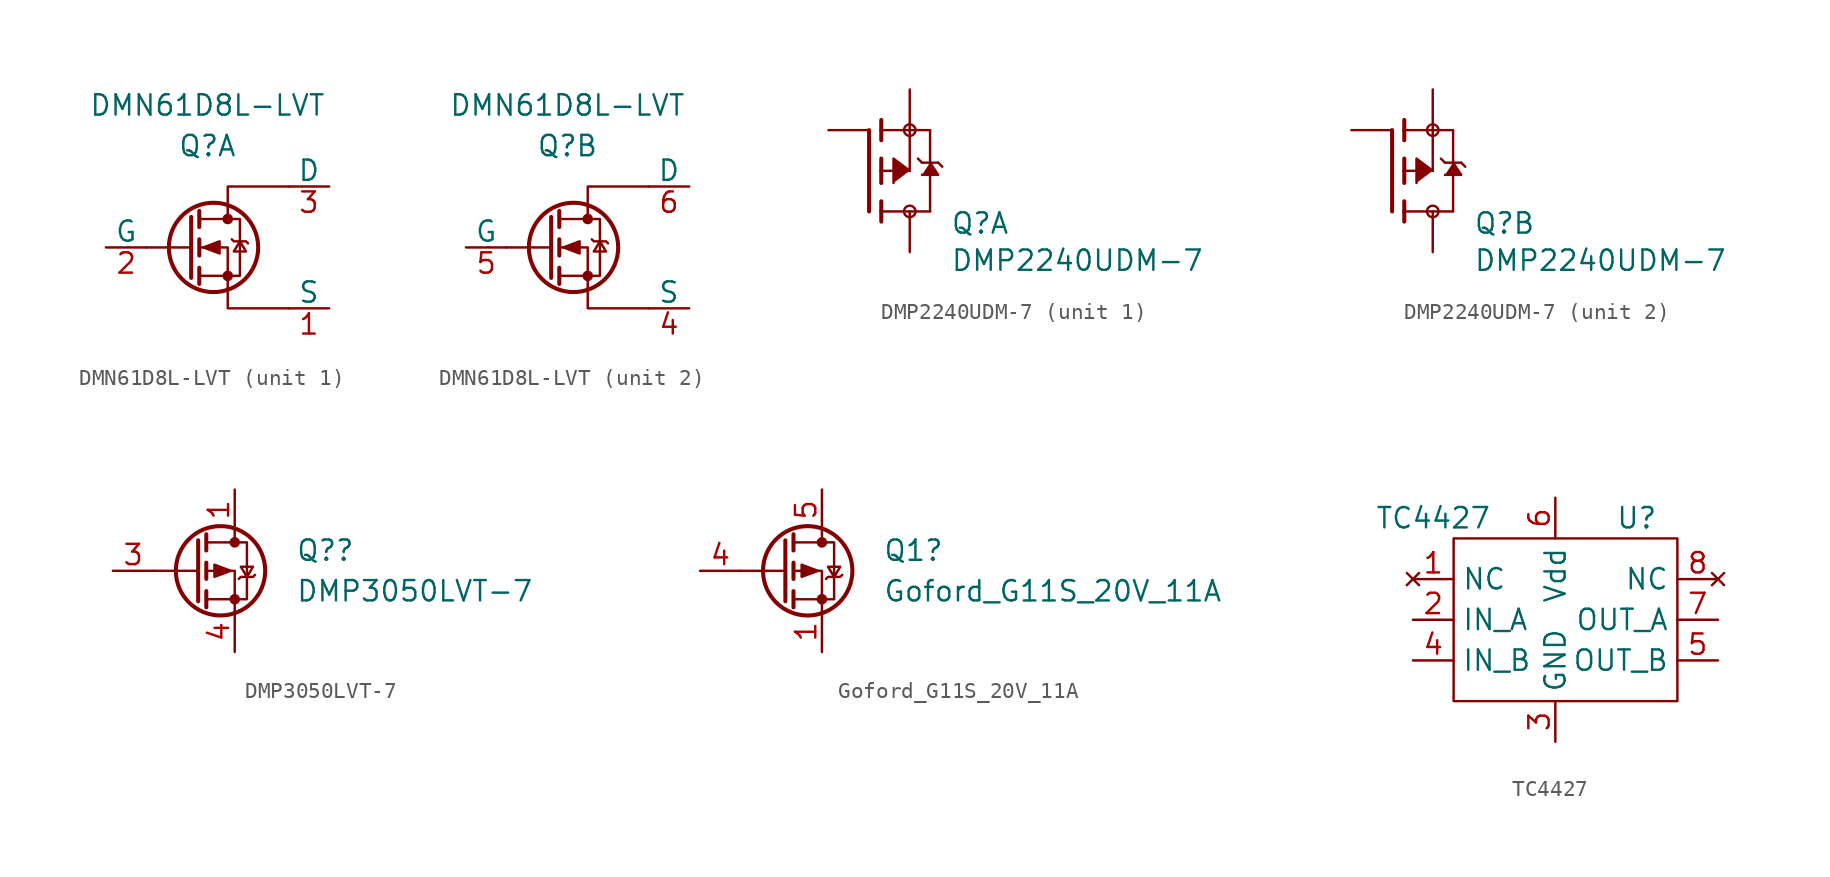
<source format=kicad_sym>
(kicad_symbol_lib
  (version 20231120)
  (generator "kicad_symbol_editor")
  (generator_version "8.0")
  (symbol "DMN61D8L-LVT"
    (pin_names
      (offset 0))
    (property "Reference" "Q"
      (at 0 -1.27 0)
      (effects (font (size 1.27 1.27))))
    (property "Value" "DMN61D8L-LVT"
      (at 0 1.27 0)
      (effects (font (size 1.27 1.27))))
    (symbol "DMN61D8L-LVT_0_1"
      (polyline (pts (xy -1.016 -7.62) (xy -3.81 -7.62)) (stroke (width 0) (type default)) (fill (type none)))
      (polyline (pts (xy -1.016 -5.715) (xy -1.016 -9.525)) (stroke (width 0.254) (type default)) (fill (type none)))
      (polyline (pts (xy -0.508 -8.89) (xy -0.508 -9.906)) (stroke (width 0.254) (type default)) (fill (type none)))
      (polyline (pts (xy -0.508 -7.112) (xy -0.508 -8.128)) (stroke (width 0.254) (type default)) (fill (type none)))
      (polyline (pts (xy -0.508 -5.334) (xy -0.508 -6.35)) (stroke (width 0.254) (type default)) (fill (type none)))
      (polyline (pts (xy 1.27 -5.08) (xy 1.27 -5.842)) (stroke (width 0) (type default)) (fill (type none)))
      (polyline (pts (xy 1.27 -10.16) (xy 1.27 -11.43) (xy 5.08 -11.43)) (stroke (width 0) (type default)) (fill (type none)))
      (polyline (pts (xy 1.27 -10.16) (xy 1.27 -7.62) (xy -0.508 -7.62)) (stroke (width 0) (type default)) (fill (type none)))
      (polyline (pts (xy 1.27 -5.08) (xy 1.27 -3.81) (xy 5.08 -3.81)) (stroke (width 0) (type default)) (fill (type none)))
      (polyline (pts (xy -0.508 -9.398) (xy 2.032 -9.398) (xy 2.032 -5.842) (xy -0.508 -5.842)) (stroke (width 0) (type default)) (fill (type none)))
      (polyline (pts (xy -0.254 -7.62) (xy 0.762 -7.239) (xy 0.762 -8.001) (xy -0.254 -7.62)) (stroke (width 0) (type default)) (fill (type outline)))
      (polyline (pts (xy 1.524 -7.112) (xy 1.651 -7.239) (xy 2.413 -7.239) (xy 2.54 -7.366)) (stroke (width 0) (type default)) (fill (type none)))
      (polyline (pts (xy 2.032 -7.239) (xy 1.651 -7.874) (xy 2.413 -7.874) (xy 2.032 -7.239)) (stroke (width 0) (type default)) (fill (type none)))
      (circle (center 0.381 -7.62) (radius 2.794) (stroke (width 0.254) (type default)) (fill (type none)))
      (circle (center 1.27 -9.398) (radius 0.254) (stroke (width 0) (type default)) (fill (type outline)))
      (circle (center 1.27 -5.842) (radius 0.254) (stroke (width 0) (type default)) (fill (type outline))))
    (symbol "DMN61D8L-LVT_1_1"
      (pin passive line (at 7.62 -11.43 180) (length 2.54) (name "S" (effects (font (size 1.27 1.27)))) (number "1" (effects (font (size 1.27 1.27)))))
      (pin input line (at -6.35 -7.62 0) (length 2.54) (name "G" (effects (font (size 1.27 1.27)))) (number "2" (effects (font (size 1.27 1.27)))))
      (pin passive line (at 7.62 -3.81 180) (length 2.54) (name "D" (effects (font (size 1.27 1.27)))) (number "3" (effects (font (size 1.27 1.27))))))
    (symbol "DMN61D8L-LVT_2_1"
      (pin passive line (at 7.62 -11.43 180) (length 2.54) (name "S" (effects (font (size 1.27 1.27)))) (number "4" (effects (font (size 1.27 1.27)))))
      (pin input line (at -6.35 -7.62 0) (length 2.54) (name "G" (effects (font (size 1.27 1.27)))) (number "5" (effects (font (size 1.27 1.27)))))
      (pin passive line (at 7.62 -3.81 180) (length 2.54) (name "D" (effects (font (size 1.27 1.27)))) (number "6" (effects (font (size 1.27 1.27)))))))
  (symbol "DMP2240UDM-7"
    (property "Reference" "Q"
      (at 5.08 -2.54 0)
      (effects (font (size 1.27 1.27)) (justify left top)))
    (property "Value" "DMP2240UDM-7"
      (at 5.08 -6.35 0)
      (effects (font (size 1.27 1.27)) (justify left bottom)))
    (property "ki_locked" ""
      (at 0 0 0)
      (effects (font (size 1.27 1.27))))
    (symbol "DMP2240UDM-7_1_0"
      (polyline (pts (xy 0 -2.54) (xy 0 2.54)) (stroke (width 0.254) (type default)) (fill (type none)))
      (polyline (pts (xy 0.762 -3.175) (xy 0.762 -2.54)) (stroke (width 0.254) (type default)) (fill (type none)))
      (polyline (pts (xy 0.762 -2.54) (xy 0.762 -1.905)) (stroke (width 0.254) (type default)) (fill (type none)))
      (polyline (pts (xy 0.762 -2.54) (xy 3.81 -2.54)) (stroke (width 0.152) (type default)) (fill (type none)))
      (polyline (pts (xy 0.762 -0.762) (xy 0.762 0)) (stroke (width 0.254) (type default)) (fill (type none)))
      (polyline (pts (xy 0.762 0) (xy 0.762 0.762)) (stroke (width 0.254) (type default)) (fill (type none)))
      (polyline (pts (xy 0.762 0) (xy 2.54 0)) (stroke (width 0.152) (type default)) (fill (type none)))
      (polyline (pts (xy 0.762 1.905) (xy 0.762 2.54)) (stroke (width 0.254) (type default)) (fill (type none)))
      (polyline (pts (xy 0.762 2.54) (xy 0.762 3.175)) (stroke (width 0.254) (type default)) (fill (type none)))
      (polyline (pts (xy 2.54 0) (xy 2.54 2.54)) (stroke (width 0.152) (type default)) (fill (type none)))
      (polyline (pts (xy 2.54 2.54) (xy 0.762 2.54)) (stroke (width 0.152) (type default)) (fill (type none)))
      (polyline (pts (xy 2.54 2.54) (xy 3.81 2.54)) (stroke (width 0.152) (type default)) (fill (type none)))
      (polyline (pts (xy 3.048 0.762) (xy 3.302 0.508)) (stroke (width 0.152) (type default)) (fill (type none)))
      (polyline (pts (xy 3.302 0.508) (xy 3.81 0.508)) (stroke (width 0.152) (type default)) (fill (type none)))
      (polyline (pts (xy 3.81 -2.54) (xy 3.81 0.508)) (stroke (width 0.152) (type default)) (fill (type none)))
      (polyline (pts (xy 3.81 0.508) (xy 3.81 2.54)) (stroke (width 0.152) (type default)) (fill (type none)))
      (polyline (pts (xy 3.81 0.508) (xy 4.318 0.508)) (stroke (width 0.152) (type default)) (fill (type none)))
      (polyline (pts (xy 4.318 0.508) (xy 4.572 0.254)) (stroke (width 0.152) (type default)) (fill (type none)))
      (polyline (pts (xy 2.54 0) (xy 1.524 0.762) (xy 1.524 -0.762)) (stroke (width 0) (type default)) (fill (type outline)))
      (polyline (pts (xy 3.81 0.508) (xy 4.318 -0.254) (xy 3.302 -0.254)) (stroke (width 0) (type default)) (fill (type outline)))
      (circle (center 2.54 -2.54) (radius 0.359) (stroke (width 0) (type default)) (fill (type none)))
      (circle (center 2.54 2.54) (radius 0.359) (stroke (width 0) (type default)) (fill (type none)))
      (pin passive line (at -2.54 2.54 0) (length 2.54) (name "G" (effects (font (size 0 0)))) (number "1" (effects (font (size 0 0)))))
      (pin passive line (at 2.54 5.08 270) (length 2.54) (name "S" (effects (font (size 0 0)))) (number "5" (effects (font (size 0 0)))))
      (pin passive line (at 2.54 -5.08 90) (length 2.54) (name "D" (effects (font (size 0 0)))) (number "6" (effects (font (size 0 0))))))
    (symbol "DMP2240UDM-7_2_0"
      (polyline (pts (xy 0 -2.54) (xy 0 2.54)) (stroke (width 0.254) (type default)) (fill (type none)))
      (polyline (pts (xy 0.762 -3.175) (xy 0.762 -2.54)) (stroke (width 0.254) (type default)) (fill (type none)))
      (polyline (pts (xy 0.762 -2.54) (xy 0.762 -1.905)) (stroke (width 0.254) (type default)) (fill (type none)))
      (polyline (pts (xy 0.762 -2.54) (xy 3.81 -2.54)) (stroke (width 0.152) (type default)) (fill (type none)))
      (polyline (pts (xy 0.762 -0.762) (xy 0.762 0)) (stroke (width 0.254) (type default)) (fill (type none)))
      (polyline (pts (xy 0.762 0) (xy 0.762 0.762)) (stroke (width 0.254) (type default)) (fill (type none)))
      (polyline (pts (xy 0.762 0) (xy 2.54 0)) (stroke (width 0.152) (type default)) (fill (type none)))
      (polyline (pts (xy 0.762 1.905) (xy 0.762 2.54)) (stroke (width 0.254) (type default)) (fill (type none)))
      (polyline (pts (xy 0.762 2.54) (xy 0.762 3.175)) (stroke (width 0.254) (type default)) (fill (type none)))
      (polyline (pts (xy 2.54 0) (xy 2.54 2.54)) (stroke (width 0.152) (type default)) (fill (type none)))
      (polyline (pts (xy 2.54 2.54) (xy 0.762 2.54)) (stroke (width 0.152) (type default)) (fill (type none)))
      (polyline (pts (xy 2.54 2.54) (xy 3.81 2.54)) (stroke (width 0.152) (type default)) (fill (type none)))
      (polyline (pts (xy 3.048 0.762) (xy 3.302 0.508)) (stroke (width 0.152) (type default)) (fill (type none)))
      (polyline (pts (xy 3.302 0.508) (xy 3.81 0.508)) (stroke (width 0.152) (type default)) (fill (type none)))
      (polyline (pts (xy 3.81 -2.54) (xy 3.81 0.508)) (stroke (width 0.152) (type default)) (fill (type none)))
      (polyline (pts (xy 3.81 0.508) (xy 3.81 2.54)) (stroke (width 0.152) (type default)) (fill (type none)))
      (polyline (pts (xy 3.81 0.508) (xy 4.318 0.508)) (stroke (width 0.152) (type default)) (fill (type none)))
      (polyline (pts (xy 4.318 0.508) (xy 4.572 0.254)) (stroke (width 0.152) (type default)) (fill (type none)))
      (polyline (pts (xy 2.54 0) (xy 1.524 0.762) (xy 1.524 -0.762)) (stroke (width 0) (type default)) (fill (type outline)))
      (polyline (pts (xy 3.81 0.508) (xy 4.318 -0.254) (xy 3.302 -0.254)) (stroke (width 0) (type default)) (fill (type outline)))
      (circle (center 2.54 -2.54) (radius 0.359) (stroke (width 0) (type default)) (fill (type none)))
      (circle (center 2.54 2.54) (radius 0.359) (stroke (width 0) (type default)) (fill (type none)))
      (pin passive line (at 2.54 5.08 270) (length 2.54) (name "S" (effects (font (size 0 0)))) (number "2" (effects (font (size 0 0)))))
      (pin passive line (at -2.54 2.54 0) (length 2.54) (name "G" (effects (font (size 0 0)))) (number "3" (effects (font (size 0 0)))))
      (pin passive line (at 2.54 -5.08 90) (length 2.54) (name "D" (effects (font (size 0 0)))) (number "4" (effects (font (size 0 0)))))))
  (symbol "DMP3050LVT-7"
    (pin_names hide)
    (property "Reference" "Q?"
      (at 6.35 1.27 0)
      (effects (font (size 1.27 1.27)) (justify left)))
    (property "Value" "DMP3050LVT-7"
      (at 6.35 -1.27 0)
      (effects (font (size 1.27 1.27)) (justify left)))
    (symbol "DMP3050LVT-7_0_1"
      (polyline (pts (xy 0.254 0) (xy -2.54 0)) (stroke (width 0) (type default)) (fill (type none)))
      (polyline (pts (xy 0.254 1.905) (xy 0.254 -1.905)) (stroke (width 0.254) (type default)) (fill (type none)))
      (polyline (pts (xy 0.762 -1.27) (xy 0.762 -2.286)) (stroke (width 0.254) (type default)) (fill (type none)))
      (polyline (pts (xy 0.762 0.508) (xy 0.762 -0.508)) (stroke (width 0.254) (type default)) (fill (type none)))
      (polyline (pts (xy 0.762 2.286) (xy 0.762 1.27)) (stroke (width 0.254) (type default)) (fill (type none)))
      (polyline (pts (xy 2.54 2.54) (xy 2.54 1.778)) (stroke (width 0) (type default)) (fill (type none)))
      (polyline (pts (xy 2.54 -2.54) (xy 2.54 0) (xy 0.762 0)) (stroke (width 0) (type default)) (fill (type none)))
      (polyline (pts (xy 0.762 1.778) (xy 3.302 1.778) (xy 3.302 -1.778) (xy 0.762 -1.778)) (stroke (width 0) (type default)) (fill (type none)))
      (polyline (pts (xy 2.286 0) (xy 1.27 0.381) (xy 1.27 -0.381) (xy 2.286 0)) (stroke (width 0) (type default)) (fill (type outline)))
      (polyline (pts (xy 2.794 -0.508) (xy 2.921 -0.381) (xy 3.683 -0.381) (xy 3.81 -0.254)) (stroke (width 0) (type default)) (fill (type none)))
      (polyline (pts (xy 3.302 -0.381) (xy 2.921 0.254) (xy 3.683 0.254) (xy 3.302 -0.381)) (stroke (width 0) (type default)) (fill (type none)))
      (circle (center 1.651 0) (radius 2.794) (stroke (width 0.254) (type default)) (fill (type none)))
      (circle (center 2.54 -1.778) (radius 0.254) (stroke (width 0) (type default)) (fill (type outline)))
      (circle (center 2.54 1.778) (radius 0.254) (stroke (width 0) (type default)) (fill (type outline))))
    (symbol "DMP3050LVT-7_1_1"
      (pin passive line (at 2.54 5.08 270) (length 2.54) (name "D" (effects (font (size 1.27 1.27)))) (number "1" (effects (font (size 1.27 1.27)))))
      (pin passive line (at 2.54 5.08 270) (length 2.54) hide (name "D" (effects (font (size 1.27 1.27)))) (number "2" (effects (font (size 1.27 1.27)))))
      (pin passive line (at -5.08 0 0) (length 2.54) (name "G" (effects (font (size 1.27 1.27)))) (number "3" (effects (font (size 1.27 1.27)))))
      (pin passive line (at 2.54 -5.08 90) (length 2.54) (name "S" (effects (font (size 1.27 1.27)))) (number "4" (effects (font (size 1.27 1.27)))))
      (pin passive line (at 2.54 5.08 270) (length 2.54) hide (name "D" (effects (font (size 1.27 1.27)))) (number "5" (effects (font (size 1.27 1.27)))))
      (pin passive line (at 2.54 5.08 270) (length 2.54) hide (name "D" (effects (font (size 1.27 1.27)))) (number "6" (effects (font (size 1.27 1.27)))))))
  (symbol "Goford_G11S_20V_11A"
    (pin_names
      (offset 0) hide)
    (property "Reference" "Q1"
      (at 6.35 1.27 0)
      (effects (font (size 1.27 1.27)) (justify left)))
    (property "Value" "Goford_G11S_20V_11A"
      (at 6.35 -1.27 0)
      (effects (font (size 1.27 1.27)) (justify left)))
    (symbol "Goford_G11S_20V_11A_0_1"
      (polyline (pts (xy 0.254 0) (xy -2.54 0)) (stroke (width 0) (type default)) (fill (type none)))
      (polyline (pts (xy 0.254 1.905) (xy 0.254 -1.905)) (stroke (width 0.254) (type default)) (fill (type none)))
      (polyline (pts (xy 0.762 -1.27) (xy 0.762 -2.286)) (stroke (width 0.254) (type default)) (fill (type none)))
      (polyline (pts (xy 0.762 0.508) (xy 0.762 -0.508)) (stroke (width 0.254) (type default)) (fill (type none)))
      (polyline (pts (xy 0.762 2.286) (xy 0.762 1.27)) (stroke (width 0.254) (type default)) (fill (type none)))
      (polyline (pts (xy 2.54 2.54) (xy 2.54 1.778)) (stroke (width 0) (type default)) (fill (type none)))
      (polyline (pts (xy 2.54 -2.54) (xy 2.54 0) (xy 0.762 0)) (stroke (width 0) (type default)) (fill (type none)))
      (polyline (pts (xy 0.762 1.778) (xy 3.302 1.778) (xy 3.302 -1.778) (xy 0.762 -1.778)) (stroke (width 0) (type default)) (fill (type none)))
      (polyline (pts (xy 2.286 0) (xy 1.27 0.381) (xy 1.27 -0.381) (xy 2.286 0)) (stroke (width 0) (type default)) (fill (type outline)))
      (polyline (pts (xy 2.794 -0.508) (xy 2.921 -0.381) (xy 3.683 -0.381) (xy 3.81 -0.254)) (stroke (width 0) (type default)) (fill (type none)))
      (polyline (pts (xy 3.302 -0.381) (xy 2.921 0.254) (xy 3.683 0.254) (xy 3.302 -0.381)) (stroke (width 0) (type default)) (fill (type none)))
      (circle (center 1.651 0) (radius 2.794) (stroke (width 0.254) (type default)) (fill (type none)))
      (circle (center 2.54 -1.778) (radius 0.254) (stroke (width 0) (type default)) (fill (type outline)))
      (circle (center 2.54 1.778) (radius 0.254) (stroke (width 0) (type default)) (fill (type outline))))
    (symbol "Goford_G11S_20V_11A_1_1"
      (pin passive line (at 2.54 -5.08 90) (length 2.54) (name "S" (effects (font (size 1.27 1.27)))) (number "1" (effects (font (size 1.27 1.27)))))
      (pin input line (at -5.08 0 0) (length 2.54) (name "G" (effects (font (size 1.27 1.27)))) (number "4" (effects (font (size 1.27 1.27)))))
      (pin passive line (at 2.54 5.08 270) (length 2.54) (name "" (effects (font (size 1.27 1.27)))) (number "5" (effects (font (size 1.27 1.27)))))))
  (symbol "TC4427"
    (property "Reference" "U"
      (at 5.08 1.27 0)
      (effects (font (size 1.27 1.27))))
    (property "Value" "TC4427"
      (at -7.62 1.27 0)
      (effects (font (size 1.27 1.27))))
    (symbol "TC4427_0_1"
      (rectangle (start -6.35 0) (end 7.62 -10.16) (stroke (width 0) (type default)) (fill (type none))))
    (symbol "TC4427_1_1"
      (pin no_connect line (at -8.89 -2.54 0) (length 2.54) (name "NC" (effects (font (size 1.27 1.27)))) (number "1" (effects (font (size 1.27 1.27)))))
      (pin input line (at -8.89 -5.08 0) (length 2.54) (name "IN_A" (effects (font (size 1.27 1.27)))) (number "2" (effects (font (size 1.27 1.27)))))
      (pin power_in line (at 0 -12.7 90) (length 2.54) (name "GND" (effects (font (size 1.27 1.27)))) (number "3" (effects (font (size 1.27 1.27)))))
      (pin input line (at -8.89 -7.62 0) (length 2.54) (name "IN_B" (effects (font (size 1.27 1.27)))) (number "4" (effects (font (size 1.27 1.27)))))
      (pin output line (at 10.16 -7.62 180) (length 2.54) (name "OUT_B" (effects (font (size 1.27 1.27)))) (number "5" (effects (font (size 1.27 1.27)))))
      (pin power_in line (at 0 2.54 270) (length 2.54) (name "Vdd" (effects (font (size 1.27 1.27)))) (number "6" (effects (font (size 1.27 1.27)))))
      (pin output line (at 10.16 -5.08 180) (length 2.54) (name "OUT_A" (effects (font (size 1.27 1.27)))) (number "7" (effects (font (size 1.27 1.27)))))
      (pin no_connect line (at 10.16 -2.54 180) (length 2.54) (name "NC" (effects (font (size 1.27 1.27)))) (number "8" (effects (font (size 1.27 1.27))))))))
</source>
